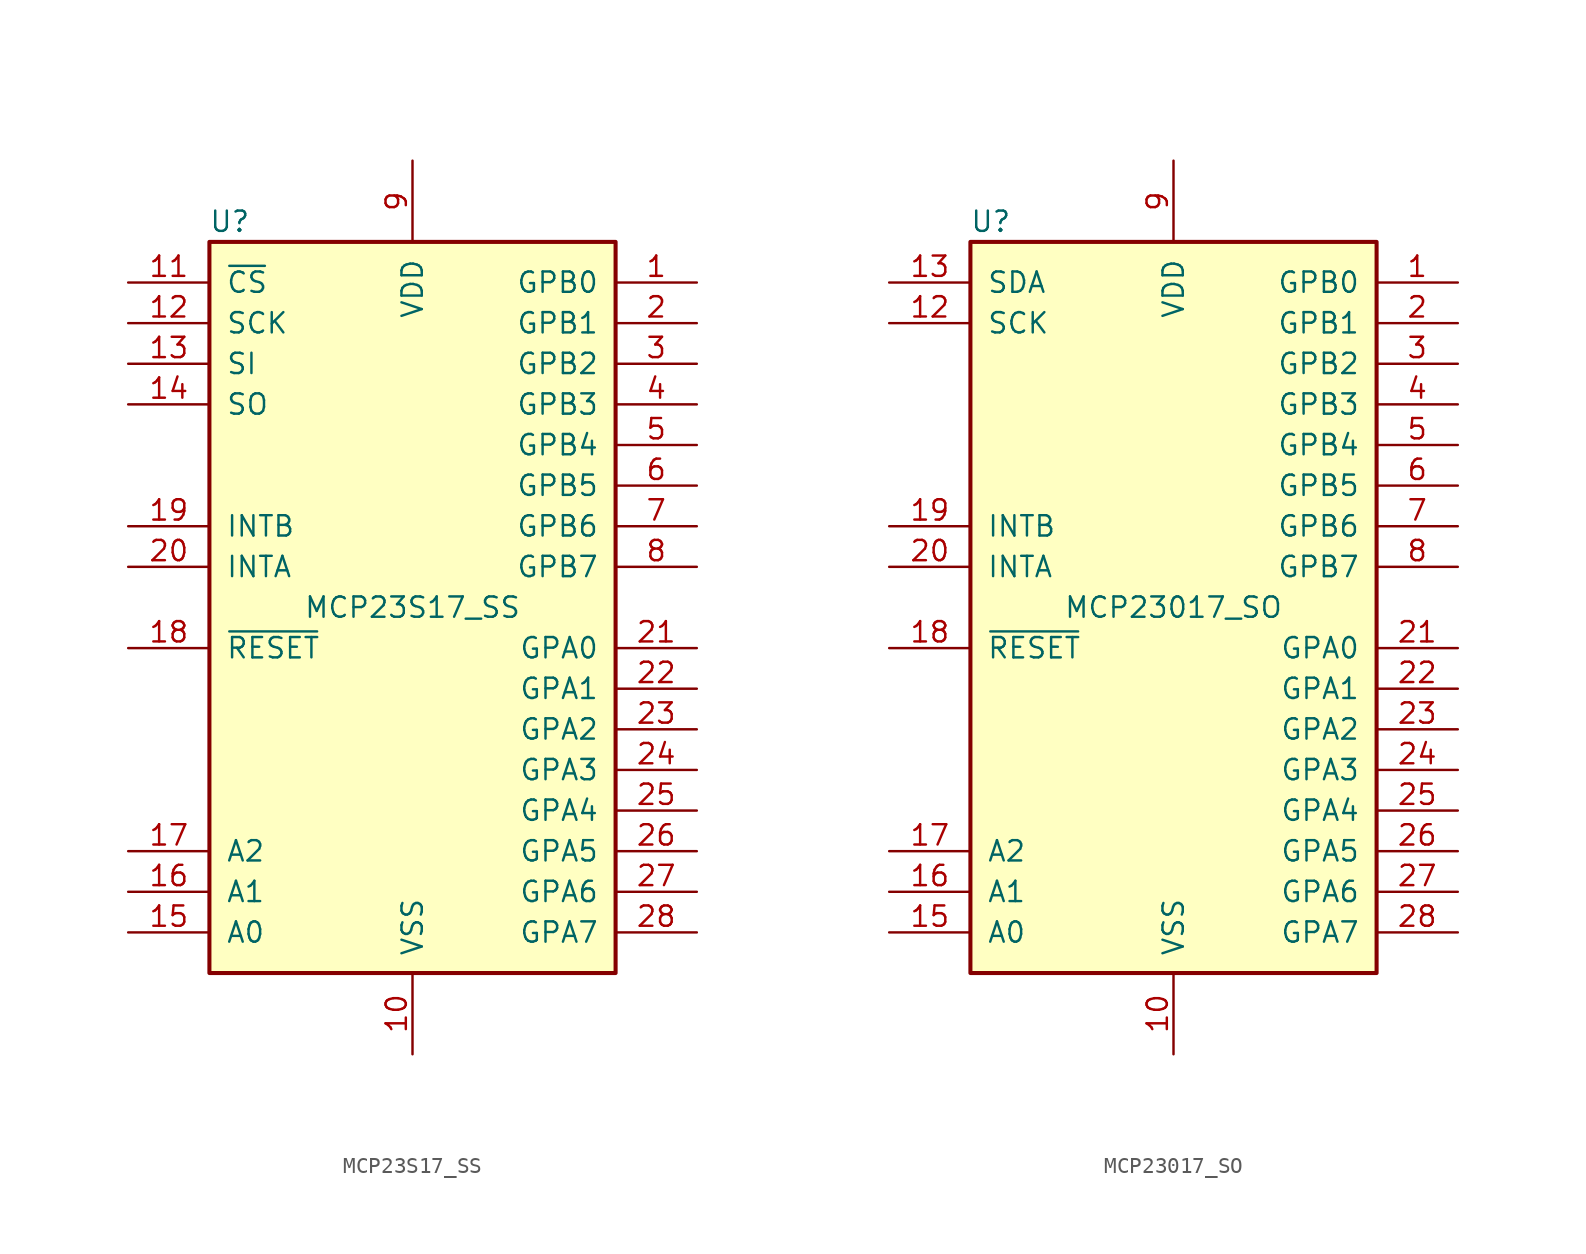
<source format=kicad_sym>
(kicad_symbol_lib
  (version 20231120)
  (generator "kicad_symbol_editor")
  (generator_version "8.0")
  (symbol "MCP23S17_SS"
    (pin_names
      (offset 1.016))
    (property "Reference" "U"
      (at -11.43 24.13 0)
      (effects (font (size 1.27 1.27))))
    (property "Value" "MCP23S17_SS"
      (at 0 0 0)
      (effects (font (size 1.27 1.27))))
    (symbol "MCP23S17_SS_0_1"
      (rectangle (start -12.7 22.86) (end 12.7 -22.86) (stroke (width 0.254) (type solid)) (fill (type background))))
    (symbol "MCP23S17_SS_1_1"
      (pin bidirectional line (at 17.78 20.32 180) (length 5.08) (name "GPB0" (effects (font (size 1.27 1.27)))) (number "1" (effects (font (size 1.27 1.27)))))
      (pin power_in line (at 0 -27.94 90) (length 5.08) (name "VSS" (effects (font (size 1.27 1.27)))) (number "10" (effects (font (size 1.27 1.27)))))
      (pin input line (at -17.78 20.32 0) (length 5.08) (name "~{CS}" (effects (font (size 1.27 1.27)))) (number "11" (effects (font (size 1.27 1.27)))))
      (pin input line (at -17.78 17.78 0) (length 5.08) (name "SCK" (effects (font (size 1.27 1.27)))) (number "12" (effects (font (size 1.27 1.27)))))
      (pin input line (at -17.78 15.24 0) (length 5.08) (name "SI" (effects (font (size 1.27 1.27)))) (number "13" (effects (font (size 1.27 1.27)))))
      (pin output line (at -17.78 12.7 0) (length 5.08) (name "SO" (effects (font (size 1.27 1.27)))) (number "14" (effects (font (size 1.27 1.27)))))
      (pin input line (at -17.78 -20.32 0) (length 5.08) (name "A0" (effects (font (size 1.27 1.27)))) (number "15" (effects (font (size 1.27 1.27)))))
      (pin input line (at -17.78 -17.78 0) (length 5.08) (name "A1" (effects (font (size 1.27 1.27)))) (number "16" (effects (font (size 1.27 1.27)))))
      (pin input line (at -17.78 -15.24 0) (length 5.08) (name "A2" (effects (font (size 1.27 1.27)))) (number "17" (effects (font (size 1.27 1.27)))))
      (pin input line (at -17.78 -2.54 0) (length 5.08) (name "~{RESET}" (effects (font (size 1.27 1.27)))) (number "18" (effects (font (size 1.27 1.27)))))
      (pin tri_state line (at -17.78 5.08 0) (length 5.08) (name "INTB" (effects (font (size 1.27 1.27)))) (number "19" (effects (font (size 1.27 1.27)))))
      (pin bidirectional line (at 17.78 17.78 180) (length 5.08) (name "GPB1" (effects (font (size 1.27 1.27)))) (number "2" (effects (font (size 1.27 1.27)))))
      (pin tri_state line (at -17.78 2.54 0) (length 5.08) (name "INTA" (effects (font (size 1.27 1.27)))) (number "20" (effects (font (size 1.27 1.27)))))
      (pin bidirectional line (at 17.78 -2.54 180) (length 5.08) (name "GPA0" (effects (font (size 1.27 1.27)))) (number "21" (effects (font (size 1.27 1.27)))))
      (pin bidirectional line (at 17.78 -5.08 180) (length 5.08) (name "GPA1" (effects (font (size 1.27 1.27)))) (number "22" (effects (font (size 1.27 1.27)))))
      (pin bidirectional line (at 17.78 -7.62 180) (length 5.08) (name "GPA2" (effects (font (size 1.27 1.27)))) (number "23" (effects (font (size 1.27 1.27)))))
      (pin bidirectional line (at 17.78 -10.16 180) (length 5.08) (name "GPA3" (effects (font (size 1.27 1.27)))) (number "24" (effects (font (size 1.27 1.27)))))
      (pin bidirectional line (at 17.78 -12.7 180) (length 5.08) (name "GPA4" (effects (font (size 1.27 1.27)))) (number "25" (effects (font (size 1.27 1.27)))))
      (pin bidirectional line (at 17.78 -15.24 180) (length 5.08) (name "GPA5" (effects (font (size 1.27 1.27)))) (number "26" (effects (font (size 1.27 1.27)))))
      (pin bidirectional line (at 17.78 -17.78 180) (length 5.08) (name "GPA6" (effects (font (size 1.27 1.27)))) (number "27" (effects (font (size 1.27 1.27)))))
      (pin bidirectional line (at 17.78 -20.32 180) (length 5.08) (name "GPA7" (effects (font (size 1.27 1.27)))) (number "28" (effects (font (size 1.27 1.27)))))
      (pin bidirectional line (at 17.78 15.24 180) (length 5.08) (name "GPB2" (effects (font (size 1.27 1.27)))) (number "3" (effects (font (size 1.27 1.27)))))
      (pin bidirectional line (at 17.78 12.7 180) (length 5.08) (name "GPB3" (effects (font (size 1.27 1.27)))) (number "4" (effects (font (size 1.27 1.27)))))
      (pin bidirectional line (at 17.78 10.16 180) (length 5.08) (name "GPB4" (effects (font (size 1.27 1.27)))) (number "5" (effects (font (size 1.27 1.27)))))
      (pin bidirectional line (at 17.78 7.62 180) (length 5.08) (name "GPB5" (effects (font (size 1.27 1.27)))) (number "6" (effects (font (size 1.27 1.27)))))
      (pin bidirectional line (at 17.78 5.08 180) (length 5.08) (name "GPB6" (effects (font (size 1.27 1.27)))) (number "7" (effects (font (size 1.27 1.27)))))
      (pin bidirectional line (at 17.78 2.54 180) (length 5.08) (name "GPB7" (effects (font (size 1.27 1.27)))) (number "8" (effects (font (size 1.27 1.27)))))
      (pin power_in line (at 0 27.94 270) (length 5.08) (name "VDD" (effects (font (size 1.27 1.27)))) (number "9" (effects (font (size 1.27 1.27)))))))
  (symbol "MCP23017_SO"
    (pin_names
      (offset 1.016))
    (property "Reference" "U"
      (at -11.43 24.13 0)
      (effects (font (size 1.27 1.27))))
    (property "Value" "MCP23017_SO"
      (at 0 0 0)
      (effects (font (size 1.27 1.27))))
    (symbol "MCP23017_SO_0_1"
      (rectangle (start -12.7 22.86) (end 12.7 -22.86) (stroke (width 0.254) (type solid)) (fill (type background))))
    (symbol "MCP23017_SO_1_1"
      (pin bidirectional line (at 17.78 20.32 180) (length 5.08) (name "GPB0" (effects (font (size 1.27 1.27)))) (number "1" (effects (font (size 1.27 1.27)))))
      (pin power_in line (at 0 -27.94 90) (length 5.08) (name "VSS" (effects (font (size 1.27 1.27)))) (number "10" (effects (font (size 1.27 1.27)))))
      (pin no_connect line (at -12.7 15.24 0) (length 5.08) hide (name "NC" (effects (font (size 1.27 1.27)))) (number "11" (effects (font (size 1.27 1.27)))))
      (pin input line (at -17.78 17.78 0) (length 5.08) (name "SCK" (effects (font (size 1.27 1.27)))) (number "12" (effects (font (size 1.27 1.27)))))
      (pin bidirectional line (at -17.78 20.32 0) (length 5.08) (name "SDA" (effects (font (size 1.27 1.27)))) (number "13" (effects (font (size 1.27 1.27)))))
      (pin no_connect line (at -12.7 12.7 0) (length 5.08) hide (name "NC" (effects (font (size 1.27 1.27)))) (number "14" (effects (font (size 1.27 1.27)))))
      (pin input line (at -17.78 -20.32 0) (length 5.08) (name "A0" (effects (font (size 1.27 1.27)))) (number "15" (effects (font (size 1.27 1.27)))))
      (pin input line (at -17.78 -17.78 0) (length 5.08) (name "A1" (effects (font (size 1.27 1.27)))) (number "16" (effects (font (size 1.27 1.27)))))
      (pin input line (at -17.78 -15.24 0) (length 5.08) (name "A2" (effects (font (size 1.27 1.27)))) (number "17" (effects (font (size 1.27 1.27)))))
      (pin input line (at -17.78 -2.54 0) (length 5.08) (name "~{RESET}" (effects (font (size 1.27 1.27)))) (number "18" (effects (font (size 1.27 1.27)))))
      (pin tri_state line (at -17.78 5.08 0) (length 5.08) (name "INTB" (effects (font (size 1.27 1.27)))) (number "19" (effects (font (size 1.27 1.27)))))
      (pin bidirectional line (at 17.78 17.78 180) (length 5.08) (name "GPB1" (effects (font (size 1.27 1.27)))) (number "2" (effects (font (size 1.27 1.27)))))
      (pin tri_state line (at -17.78 2.54 0) (length 5.08) (name "INTA" (effects (font (size 1.27 1.27)))) (number "20" (effects (font (size 1.27 1.27)))))
      (pin bidirectional line (at 17.78 -2.54 180) (length 5.08) (name "GPA0" (effects (font (size 1.27 1.27)))) (number "21" (effects (font (size 1.27 1.27)))))
      (pin bidirectional line (at 17.78 -5.08 180) (length 5.08) (name "GPA1" (effects (font (size 1.27 1.27)))) (number "22" (effects (font (size 1.27 1.27)))))
      (pin bidirectional line (at 17.78 -7.62 180) (length 5.08) (name "GPA2" (effects (font (size 1.27 1.27)))) (number "23" (effects (font (size 1.27 1.27)))))
      (pin bidirectional line (at 17.78 -10.16 180) (length 5.08) (name "GPA3" (effects (font (size 1.27 1.27)))) (number "24" (effects (font (size 1.27 1.27)))))
      (pin bidirectional line (at 17.78 -12.7 180) (length 5.08) (name "GPA4" (effects (font (size 1.27 1.27)))) (number "25" (effects (font (size 1.27 1.27)))))
      (pin bidirectional line (at 17.78 -15.24 180) (length 5.08) (name "GPA5" (effects (font (size 1.27 1.27)))) (number "26" (effects (font (size 1.27 1.27)))))
      (pin bidirectional line (at 17.78 -17.78 180) (length 5.08) (name "GPA6" (effects (font (size 1.27 1.27)))) (number "27" (effects (font (size 1.27 1.27)))))
      (pin bidirectional line (at 17.78 -20.32 180) (length 5.08) (name "GPA7" (effects (font (size 1.27 1.27)))) (number "28" (effects (font (size 1.27 1.27)))))
      (pin bidirectional line (at 17.78 15.24 180) (length 5.08) (name "GPB2" (effects (font (size 1.27 1.27)))) (number "3" (effects (font (size 1.27 1.27)))))
      (pin bidirectional line (at 17.78 12.7 180) (length 5.08) (name "GPB3" (effects (font (size 1.27 1.27)))) (number "4" (effects (font (size 1.27 1.27)))))
      (pin bidirectional line (at 17.78 10.16 180) (length 5.08) (name "GPB4" (effects (font (size 1.27 1.27)))) (number "5" (effects (font (size 1.27 1.27)))))
      (pin bidirectional line (at 17.78 7.62 180) (length 5.08) (name "GPB5" (effects (font (size 1.27 1.27)))) (number "6" (effects (font (size 1.27 1.27)))))
      (pin bidirectional line (at 17.78 5.08 180) (length 5.08) (name "GPB6" (effects (font (size 1.27 1.27)))) (number "7" (effects (font (size 1.27 1.27)))))
      (pin bidirectional line (at 17.78 2.54 180) (length 5.08) (name "GPB7" (effects (font (size 1.27 1.27)))) (number "8" (effects (font (size 1.27 1.27)))))
      (pin power_in line (at 0 27.94 270) (length 5.08) (name "VDD" (effects (font (size 1.27 1.27)))) (number "9" (effects (font (size 1.27 1.27))))))))
</source>
